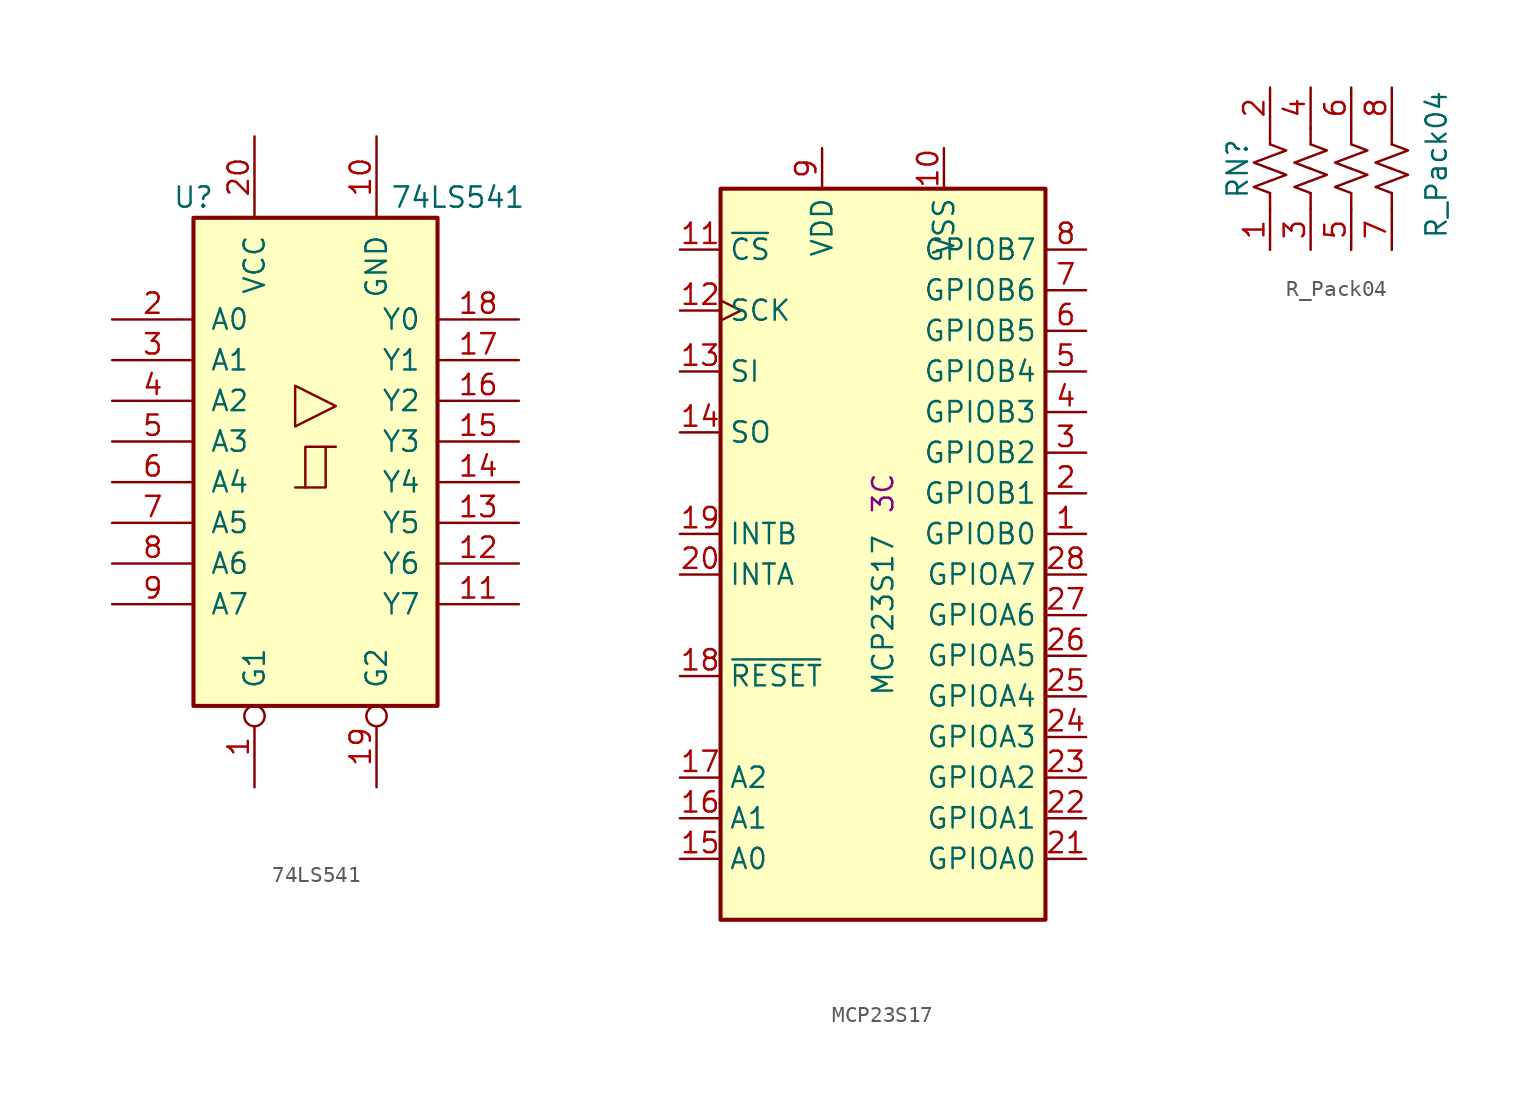
<source format=kicad_sym>
(kicad_symbol_lib
  (version 20241209)
  (generator "kicad_symbol_editor")
  (generator_version "9.0")
  (symbol "74LS541"
    (pin_names
      (offset 1.016))
    (property "Reference" "U"
      (at -7.62 16.51 0)
      (effects (font (size 1.27 1.27))))
    (property "Value" "74LS541"
      (at 8.89 16.51 0)
      (effects (font (size 1.27 1.27))))
    (property "ki_locked" ""
      (at 0 0 0)
      (effects (font (size 1.27 1.27))))
    (symbol "74LS541_1_0"
      (polyline (pts (xy -1.27 -1.6) (xy 0.635 -1.6) (xy 0.635 0.94) (xy 1.27 0.94)) (stroke (width 0) (type default)) (fill (type none)))
      (polyline (pts (xy -0.635 -1.6) (xy -0.635 0.94) (xy 0.635 0.94)) (stroke (width 0) (type default)) (fill (type none)))
      (polyline (pts (xy 1.27 3.48) (xy -1.27 4.75) (xy -1.27 2.21) (xy 1.27 3.48)) (stroke (width 0.152) (type default)) (fill (type none)))
      (pin input line (at -12.7 8.89 0) (length 5.08) (name "A0" (effects (font (size 1.27 1.27)))) (number "2" (effects (font (size 1.27 1.27)))))
      (pin input line (at -12.7 6.35 0) (length 5.08) (name "A1" (effects (font (size 1.27 1.27)))) (number "3" (effects (font (size 1.27 1.27)))))
      (pin input line (at -12.7 3.81 0) (length 5.08) (name "A2" (effects (font (size 1.27 1.27)))) (number "4" (effects (font (size 1.27 1.27)))))
      (pin input line (at -12.7 1.27 0) (length 5.08) (name "A3" (effects (font (size 1.27 1.27)))) (number "5" (effects (font (size 1.27 1.27)))))
      (pin input line (at -12.7 -1.27 0) (length 5.08) (name "A4" (effects (font (size 1.27 1.27)))) (number "6" (effects (font (size 1.27 1.27)))))
      (pin input line (at -12.7 -3.81 0) (length 5.08) (name "A5" (effects (font (size 1.27 1.27)))) (number "7" (effects (font (size 1.27 1.27)))))
      (pin input line (at -12.7 -6.35 0) (length 5.08) (name "A6" (effects (font (size 1.27 1.27)))) (number "8" (effects (font (size 1.27 1.27)))))
      (pin input line (at -12.7 -8.89 0) (length 5.08) (name "A7" (effects (font (size 1.27 1.27)))) (number "9" (effects (font (size 1.27 1.27)))))
      (pin power_in line (at -3.81 20.32 270) (length 5.08) (name "VCC" (effects (font (size 1.27 1.27)))) (number "20" (effects (font (size 1.27 1.27)))))
      (pin input inverted (at -3.81 -20.32 90) (length 5.08) (name "G1" (effects (font (size 1.27 1.27)))) (number "1" (effects (font (size 1.27 1.27)))))
      (pin power_in line (at 3.81 20.32 270) (length 5.08) (name "GND" (effects (font (size 1.27 1.27)))) (number "10" (effects (font (size 1.27 1.27)))))
      (pin input inverted (at 3.81 -20.32 90) (length 5.08) (name "G2" (effects (font (size 1.27 1.27)))) (number "19" (effects (font (size 1.27 1.27)))))
      (pin tri_state line (at 12.7 8.89 180) (length 5.08) (name "Y0" (effects (font (size 1.27 1.27)))) (number "18" (effects (font (size 1.27 1.27)))))
      (pin tri_state line (at 12.7 6.35 180) (length 5.08) (name "Y1" (effects (font (size 1.27 1.27)))) (number "17" (effects (font (size 1.27 1.27)))))
      (pin tri_state line (at 12.7 3.81 180) (length 5.08) (name "Y2" (effects (font (size 1.27 1.27)))) (number "16" (effects (font (size 1.27 1.27)))))
      (pin tri_state line (at 12.7 1.27 180) (length 5.08) (name "Y3" (effects (font (size 1.27 1.27)))) (number "15" (effects (font (size 1.27 1.27)))))
      (pin tri_state line (at 12.7 -1.27 180) (length 5.08) (name "Y4" (effects (font (size 1.27 1.27)))) (number "14" (effects (font (size 1.27 1.27)))))
      (pin tri_state line (at 12.7 -3.81 180) (length 5.08) (name "Y5" (effects (font (size 1.27 1.27)))) (number "13" (effects (font (size 1.27 1.27)))))
      (pin tri_state line (at 12.7 -6.35 180) (length 5.08) (name "Y6" (effects (font (size 1.27 1.27)))) (number "12" (effects (font (size 1.27 1.27)))))
      (pin tri_state line (at 12.7 -8.89 180) (length 5.08) (name "Y7" (effects (font (size 1.27 1.27)))) (number "11" (effects (font (size 1.27 1.27))))))
    (symbol "74LS541_1_1"
      (rectangle (start -7.62 15.24) (end 7.62 -15.24) (stroke (width 0.254) (type default)) (fill (type background)))))
  (symbol "MCP23S17"
    (property "Reference" "U?"
      (at -8.89 -24.13 0)
      (effects (font (size 1.27 1.27)) (hide yes)))
    (property "Value" "MCP23S17"
      (at 0 -3.81 90)
      (effects (font (size 1.27 1.27))))
    (property "Ref" "3C"
      (at 0 3.81 90)
      (effects (font (size 1.27 1.27))))
    (symbol "MCP23S17_0_1"
      (rectangle (start -10.16 22.86) (end 10.16 -22.86) (stroke (width 0.254) (type default)) (fill (type background))))
    (symbol "MCP23S17_1_1"
      (pin input line (at -12.7 19.05 0) (length 2.54) (name "~{CS}" (effects (font (size 1.27 1.27)))) (number "11" (effects (font (size 1.27 1.27)))))
      (pin input clock (at -12.7 15.24 0) (length 2.54) (name "SCK" (effects (font (size 1.27 1.27)))) (number "12" (effects (font (size 1.27 1.27)))))
      (pin input line (at -12.7 11.43 0) (length 2.54) (name "SI" (effects (font (size 1.27 1.27)))) (number "13" (effects (font (size 1.27 1.27)))))
      (pin output line (at -12.7 7.62 0) (length 2.54) (name "SO" (effects (font (size 1.27 1.27)))) (number "14" (effects (font (size 1.27 1.27)))))
      (pin output line (at -12.7 1.27 0) (length 2.54) (name "INTB" (effects (font (size 1.27 1.27)))) (number "19" (effects (font (size 1.27 1.27)))))
      (pin output line (at -12.7 -1.27 0) (length 2.54) (name "INTA" (effects (font (size 1.27 1.27)))) (number "20" (effects (font (size 1.27 1.27)))))
      (pin input line (at -12.7 -7.62 0) (length 2.54) (name "~{RESET}" (effects (font (size 1.27 1.27)))) (number "18" (effects (font (size 1.27 1.27)))))
      (pin input line (at -12.7 -13.97 0) (length 2.54) (name "A2" (effects (font (size 1.27 1.27)))) (number "17" (effects (font (size 1.27 1.27)))))
      (pin input line (at -12.7 -16.51 0) (length 2.54) (name "A1" (effects (font (size 1.27 1.27)))) (number "16" (effects (font (size 1.27 1.27)))))
      (pin input line (at -12.7 -19.05 0) (length 2.54) (name "A0" (effects (font (size 1.27 1.27)))) (number "15" (effects (font (size 1.27 1.27)))))
      (pin power_in line (at -3.81 25.4 270) (length 2.54) (name "VDD" (effects (font (size 1.27 1.27)))) (number "9" (effects (font (size 1.27 1.27)))))
      (pin power_in line (at 3.81 25.4 270) (length 2.54) (name "VSS" (effects (font (size 1.27 1.27)))) (number "10" (effects (font (size 1.27 1.27)))))
      (pin bidirectional line (at 12.7 19.05 180) (length 2.54) (name "GPIOB7" (effects (font (size 1.27 1.27)))) (number "8" (effects (font (size 1.27 1.27)))))
      (pin bidirectional line (at 12.7 16.51 180) (length 2.54) (name "GPIOB6" (effects (font (size 1.27 1.27)))) (number "7" (effects (font (size 1.27 1.27)))))
      (pin bidirectional line (at 12.7 13.97 180) (length 2.54) (name "GPIOB5" (effects (font (size 1.27 1.27)))) (number "6" (effects (font (size 1.27 1.27)))))
      (pin bidirectional line (at 12.7 11.43 180) (length 2.54) (name "GPIOB4" (effects (font (size 1.27 1.27)))) (number "5" (effects (font (size 1.27 1.27)))))
      (pin bidirectional line (at 12.7 8.89 180) (length 2.54) (name "GPIOB3" (effects (font (size 1.27 1.27)))) (number "4" (effects (font (size 1.27 1.27)))))
      (pin bidirectional line (at 12.7 6.35 180) (length 2.54) (name "GPIOB2" (effects (font (size 1.27 1.27)))) (number "3" (effects (font (size 1.27 1.27)))))
      (pin bidirectional line (at 12.7 3.81 180) (length 2.54) (name "GPIOB1" (effects (font (size 1.27 1.27)))) (number "2" (effects (font (size 1.27 1.27)))))
      (pin bidirectional line (at 12.7 1.27 180) (length 2.54) (name "GPIOB0" (effects (font (size 1.27 1.27)))) (number "1" (effects (font (size 1.27 1.27)))))
      (pin bidirectional line (at 12.7 -1.27 180) (length 2.54) (name "GPIOA7" (effects (font (size 1.27 1.27)))) (number "28" (effects (font (size 1.27 1.27)))))
      (pin bidirectional line (at 12.7 -3.81 180) (length 2.54) (name "GPIOA6" (effects (font (size 1.27 1.27)))) (number "27" (effects (font (size 1.27 1.27)))))
      (pin bidirectional line (at 12.7 -6.35 180) (length 2.54) (name "GPIOA5" (effects (font (size 1.27 1.27)))) (number "26" (effects (font (size 1.27 1.27)))))
      (pin bidirectional line (at 12.7 -8.89 180) (length 2.54) (name "GPIOA4" (effects (font (size 1.27 1.27)))) (number "25" (effects (font (size 1.27 1.27)))))
      (pin bidirectional line (at 12.7 -11.43 180) (length 2.54) (name "GPIOA3" (effects (font (size 1.27 1.27)))) (number "24" (effects (font (size 1.27 1.27)))))
      (pin bidirectional line (at 12.7 -13.97 180) (length 2.54) (name "GPIOA2" (effects (font (size 1.27 1.27)))) (number "23" (effects (font (size 1.27 1.27)))))
      (pin bidirectional line (at 12.7 -16.51 180) (length 2.54) (name "GPIOA1" (effects (font (size 1.27 1.27)))) (number "22" (effects (font (size 1.27 1.27)))))
      (pin bidirectional line (at 12.7 -19.05 180) (length 2.54) (name "GPIOA0" (effects (font (size 1.27 1.27)))) (number "21" (effects (font (size 1.27 1.27)))))))
  (symbol "R_Pack04"
    (pin_names
      (offset 0)
      (hide yes))
    (property "Reference" "RN"
      (at -5.842 0 90)
      (effects (font (size 1.27 1.27))))
    (property "Value" "R_Pack04"
      (at 6.604 0.254 90)
      (effects (font (size 1.27 1.27))))
    (symbol "R_Pack04_0_1"
      (polyline (pts (xy -3.81 1.524) (xy -3.81 2.54)) (stroke (width 0) (type default)) (fill (type none)))
      (polyline (pts (xy -3.81 -1.524) (xy -3.81 -2.54)) (stroke (width 0) (type default)) (fill (type none)))
      (polyline (pts (xy -1.27 1.524) (xy -1.27 2.54)) (stroke (width 0) (type default)) (fill (type none)))
      (polyline (pts (xy -1.27 -1.524) (xy -1.27 -2.54)) (stroke (width 0) (type default)) (fill (type none)))
      (polyline (pts (xy 1.27 1.524) (xy 1.27 2.54)) (stroke (width 0) (type default)) (fill (type none)))
      (polyline (pts (xy 1.27 -1.524) (xy 1.27 -2.54)) (stroke (width 0) (type default)) (fill (type none)))
      (polyline (pts (xy 3.81 1.524) (xy 3.81 2.54)) (stroke (width 0) (type default)) (fill (type none)))
      (polyline (pts (xy 3.81 -1.524) (xy 3.81 -2.54)) (stroke (width 0) (type default)) (fill (type none))))
    (symbol "R_Pack04_1_1"
      (polyline (pts (xy -3.81 1.524) (xy -2.794 1.143) (xy -3.81 0.762) (xy -4.826 0.381) (xy -3.81 0)) (stroke (width 0) (type default)) (fill (type none)))
      (polyline (pts (xy -3.81 0) (xy -2.794 -0.381) (xy -3.81 -0.762) (xy -4.826 -1.143) (xy -3.81 -1.524)) (stroke (width 0) (type default)) (fill (type none)))
      (polyline (pts (xy -1.27 1.524) (xy -0.254 1.143) (xy -1.27 0.762) (xy -2.286 0.381) (xy -1.27 0)) (stroke (width 0) (type default)) (fill (type none)))
      (polyline (pts (xy -1.27 0) (xy -0.254 -0.381) (xy -1.27 -0.762) (xy -2.286 -1.143) (xy -1.27 -1.524)) (stroke (width 0) (type default)) (fill (type none)))
      (polyline (pts (xy 1.27 1.524) (xy 2.286 1.143) (xy 1.27 0.762) (xy 0.254 0.381) (xy 1.27 0)) (stroke (width 0) (type default)) (fill (type none)))
      (polyline (pts (xy 1.27 0) (xy 2.286 -0.381) (xy 1.27 -0.762) (xy 0.254 -1.143) (xy 1.27 -1.524)) (stroke (width 0) (type default)) (fill (type none)))
      (polyline (pts (xy 3.81 1.524) (xy 4.826 1.143) (xy 3.81 0.762) (xy 2.794 0.381) (xy 3.81 0)) (stroke (width 0) (type default)) (fill (type none)))
      (polyline (pts (xy 3.81 0) (xy 4.826 -0.381) (xy 3.81 -0.762) (xy 2.794 -1.143) (xy 3.81 -1.524)) (stroke (width 0) (type default)) (fill (type none)))
      (pin passive line (at -3.81 5.08 270) (length 2.54) (name "R1.2" (effects (font (size 1.27 1.27)))) (number "2" (effects (font (size 1.27 1.27)))))
      (pin passive line (at -3.81 -5.08 90) (length 2.54) (name "R1.1" (effects (font (size 1.27 1.27)))) (number "1" (effects (font (size 1.27 1.27)))))
      (pin passive line (at -1.27 5.08 270) (length 2.54) (name "R2.2" (effects (font (size 1.27 1.27)))) (number "4" (effects (font (size 1.27 1.27)))))
      (pin passive line (at -1.27 -5.08 90) (length 2.54) (name "R2.1" (effects (font (size 1.27 1.27)))) (number "3" (effects (font (size 1.27 1.27)))))
      (pin passive line (at 1.27 5.08 270) (length 2.54) (name "R3.2" (effects (font (size 1.27 1.27)))) (number "6" (effects (font (size 1.27 1.27)))))
      (pin passive line (at 1.27 -5.08 90) (length 2.54) (name "R3.1" (effects (font (size 1.27 1.27)))) (number "5" (effects (font (size 1.27 1.27)))))
      (pin passive line (at 3.81 5.08 270) (length 2.54) (name "R4.2" (effects (font (size 1.27 1.27)))) (number "8" (effects (font (size 1.27 1.27)))))
      (pin passive line (at 3.81 -5.08 90) (length 2.54) (name "R4.2" (effects (font (size 1.27 1.27)))) (number "7" (effects (font (size 1.27 1.27))))))))
</source>
